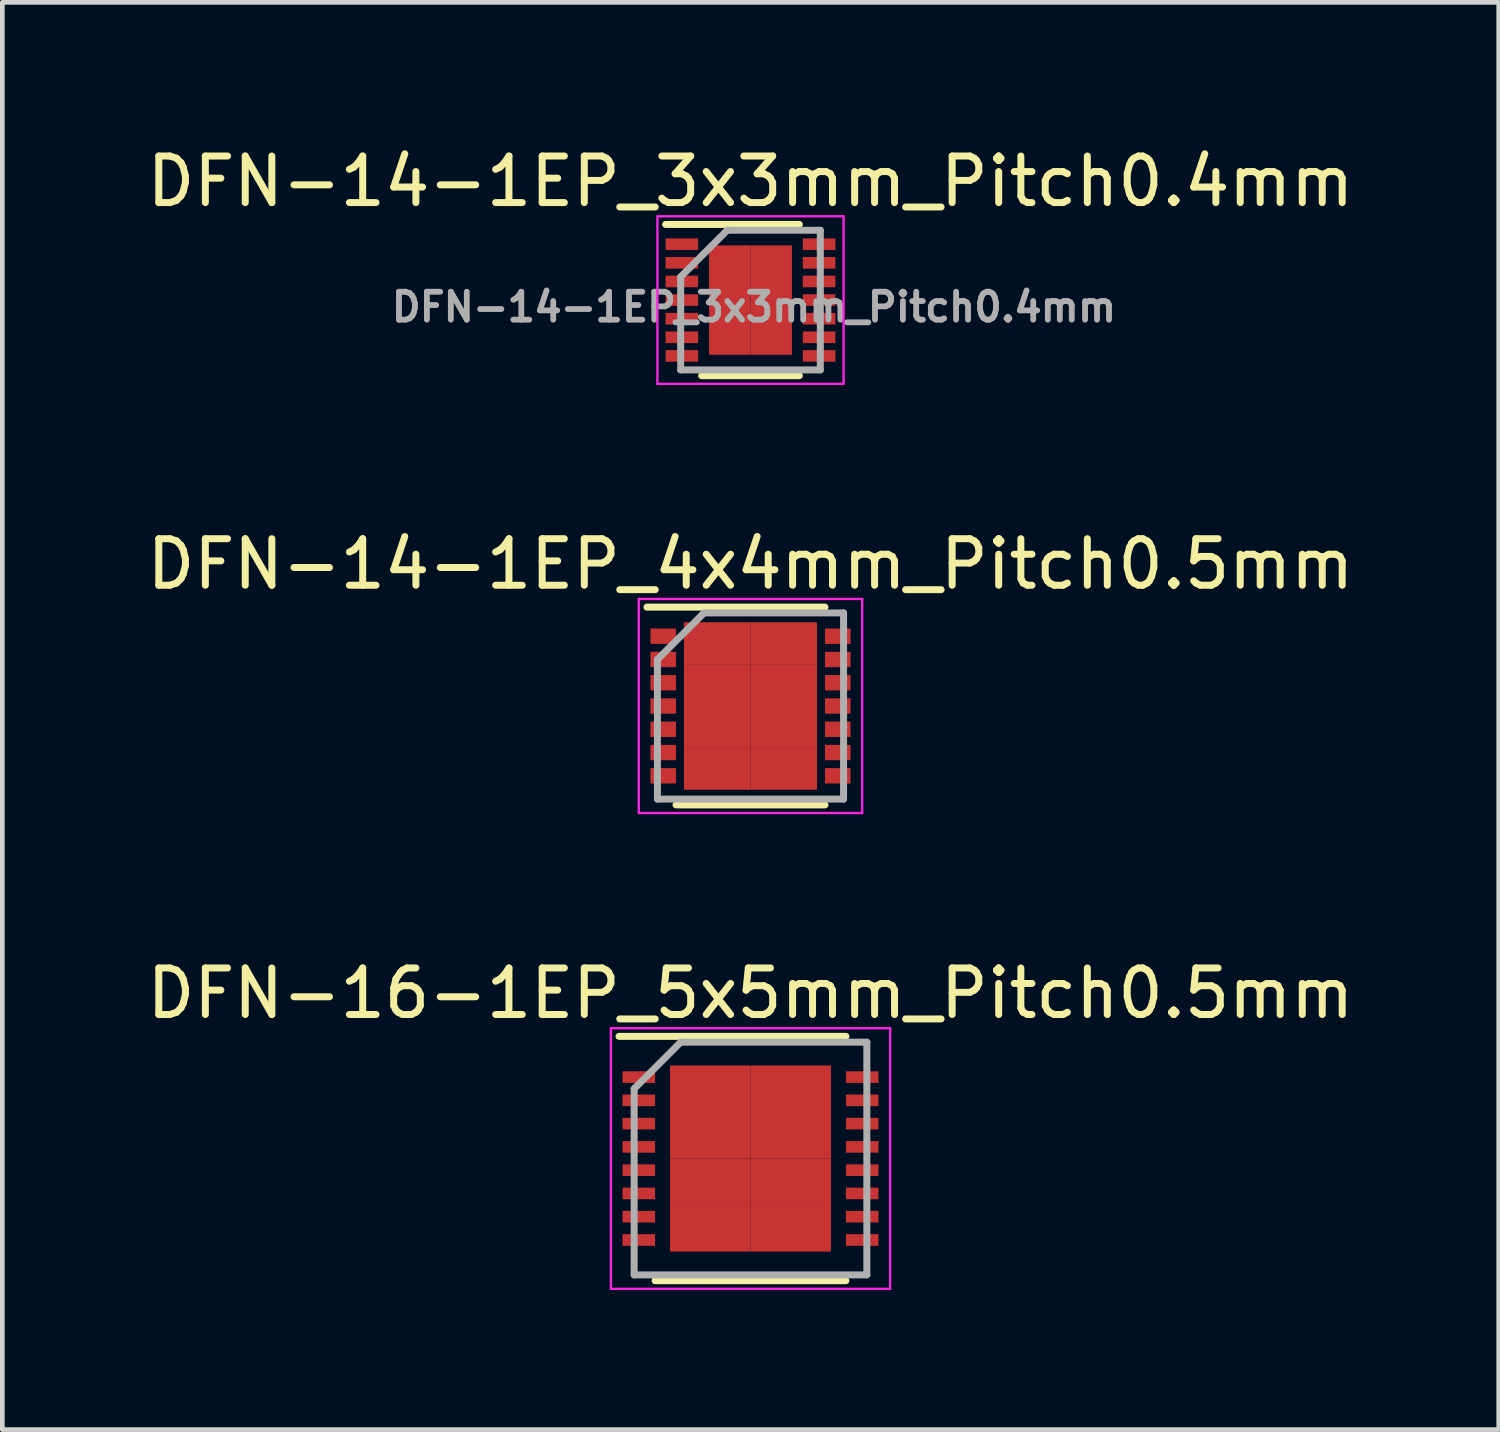
<source format=kicad_pcb>
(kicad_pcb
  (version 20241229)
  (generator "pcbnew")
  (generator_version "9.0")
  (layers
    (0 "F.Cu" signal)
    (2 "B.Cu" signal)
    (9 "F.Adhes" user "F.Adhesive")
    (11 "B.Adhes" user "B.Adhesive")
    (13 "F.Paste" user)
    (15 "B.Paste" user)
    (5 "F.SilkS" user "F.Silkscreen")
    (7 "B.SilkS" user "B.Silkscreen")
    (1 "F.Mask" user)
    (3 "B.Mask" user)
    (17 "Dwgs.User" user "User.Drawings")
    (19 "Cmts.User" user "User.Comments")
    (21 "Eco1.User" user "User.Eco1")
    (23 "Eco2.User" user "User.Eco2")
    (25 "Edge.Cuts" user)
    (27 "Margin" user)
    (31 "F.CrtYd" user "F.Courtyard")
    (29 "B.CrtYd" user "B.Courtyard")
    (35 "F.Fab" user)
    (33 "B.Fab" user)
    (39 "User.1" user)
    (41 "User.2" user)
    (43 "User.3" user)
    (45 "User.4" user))
  (footprint "DFN-14-1EP_3x3mm_Pitch0.4mm"
    (layer "F.Cu")
    (at 13.077 3.398)
    (property "Reference" "DFN-14-1EP_3x3mm_Pitch0.4mm" (at 0 -2.55 0) (layer "F.SilkS") (effects (font (size 1 1) (thickness 0.15))))
    (attr smd)
    (fp_line (start -1.825 -1.625) (end 1.05 -1.625) (stroke (width 0.15) (type solid)) (layer "F.SilkS"))
    (fp_line (start -1.05 1.625) (end 1.05 1.625) (stroke (width 0.15) (type solid)) (layer "F.SilkS"))
    (fp_line (start -2 -1.8) (end -2 1.8) (stroke (width 0.05) (type solid)) (layer "F.CrtYd"))
    (fp_line (start -2 -1.8) (end 2 -1.8) (stroke (width 0.05) (type solid)) (layer "F.CrtYd"))
    (fp_line (start -2 1.8) (end 2 1.8) (stroke (width 0.05) (type solid)) (layer "F.CrtYd"))
    (fp_line (start 2 -1.8) (end 2 1.8) (stroke (width 0.05) (type solid)) (layer "F.CrtYd"))
    (fp_line (start -1.5 -0.5) (end -0.5 -1.5) (stroke (width 0.15) (type solid)) (layer "F.Fab"))
    (fp_line (start -1.5 1.5) (end -1.5 -0.5) (stroke (width 0.15) (type solid)) (layer "F.Fab"))
    (fp_line (start -0.5 -1.5) (end 1.5 -1.5) (stroke (width 0.15) (type solid)) (layer "F.Fab"))
    (fp_line (start 1.5 -1.5) (end 1.5 1.5) (stroke (width 0.15) (type solid)) (layer "F.Fab"))
    (fp_line (start 1.5 1.5) (end -1.5 1.5) (stroke (width 0.15) (type solid)) (layer "F.Fab"))
    (fp_text user "${REFERENCE}" (at 0.075 0.15 0) (layer "F.Fab") (effects (font (size 0.6 0.6) (thickness 0.125))))
    (pad "1" smd rect (at -1.475 -1.2) (size 0.7 0.25) (layers "F.Cu" "F.Mask" "F.Paste"))
    (pad "2" smd rect (at -1.475 -0.8) (size 0.7 0.25) (layers "F.Cu" "F.Mask" "F.Paste"))
    (pad "3" smd rect (at -1.475 -0.4) (size 0.7 0.25) (layers "F.Cu" "F.Mask" "F.Paste"))
    (pad "4" smd rect (at -1.475 0) (size 0.7 0.25) (layers "F.Cu" "F.Mask" "F.Paste"))
    (pad "5" smd rect (at -1.475 0.4) (size 0.7 0.25) (layers "F.Cu" "F.Mask" "F.Paste"))
    (pad "6" smd rect (at -1.475 0.8) (size 0.7 0.25) (layers "F.Cu" "F.Mask" "F.Paste"))
    (pad "7" smd rect (at -1.475 1.2) (size 0.7 0.25) (layers "F.Cu" "F.Mask" "F.Paste"))
    (pad "8" smd rect (at 1.475 1.2) (size 0.7 0.25) (layers "F.Cu" "F.Mask" "F.Paste"))
    (pad "9" smd rect (at 1.475 0.8) (size 0.7 0.25) (layers "F.Cu" "F.Mask" "F.Paste"))
    (pad "10" smd rect (at 1.475 0.4) (size 0.7 0.25) (layers "F.Cu" "F.Mask" "F.Paste"))
    (pad "11" smd rect (at 1.475 0) (size 0.7 0.25) (layers "F.Cu" "F.Mask" "F.Paste"))
    (pad "12" smd rect (at 1.475 -0.4) (size 0.7 0.25) (layers "F.Cu" "F.Mask" "F.Paste"))
    (pad "13" smd rect (at 1.475 -0.8) (size 0.7 0.25) (layers "F.Cu" "F.Mask" "F.Paste"))
    (pad "14" smd rect (at 1.475 -1.2) (size 0.7 0.25) (layers "F.Cu" "F.Mask" "F.Paste"))
    (pad "15" smd rect (at -0.445 -0.588) (size 0.89 1.175) (layers "F.Cu" "F.Mask" "F.Paste"))
    (pad "15" smd rect (at -0.445 0.588) (size 0.89 1.175) (layers "F.Cu" "F.Mask" "F.Paste"))
    (pad "15" smd rect (at 0.445 -0.588) (size 0.89 1.175) (layers "F.Cu" "F.Mask" "F.Paste"))
    (pad "15" smd rect (at 0.445 0.588) (size 0.89 1.175) (layers "F.Cu" "F.Mask" "F.Paste")))
  (footprint "DFN-16-1EP_5x5mm_Pitch0.5mm"
    (layer "F.Cu")
    (at 13.077 21.845)
    (property "Reference" "DFN-16-1EP_5x5mm_Pitch0.5mm" (at 0 -3.55 0) (layer "F.SilkS") (effects (font (size 1 1) (thickness 0.15))))
    (attr smd)
    (fp_line (start -2.825 -2.625) (end 2.05 -2.625) (stroke (width 0.15) (type solid)) (layer "F.SilkS"))
    (fp_line (start -2.05 2.625) (end 2.05 2.625) (stroke (width 0.15) (type solid)) (layer "F.SilkS"))
    (fp_line (start -3 -2.8) (end -3 2.8) (stroke (width 0.05) (type solid)) (layer "F.CrtYd"))
    (fp_line (start -3 -2.8) (end 3 -2.8) (stroke (width 0.05) (type solid)) (layer "F.CrtYd"))
    (fp_line (start -3 2.8) (end 3 2.8) (stroke (width 0.05) (type solid)) (layer "F.CrtYd"))
    (fp_line (start 3 -2.8) (end 3 2.8) (stroke (width 0.05) (type solid)) (layer "F.CrtYd"))
    (fp_line (start -2.5 -1.5) (end -1.5 -2.5) (stroke (width 0.15) (type solid)) (layer "F.Fab"))
    (fp_line (start -2.5 2.5) (end -2.5 -1.5) (stroke (width 0.15) (type solid)) (layer "F.Fab"))
    (fp_line (start -1.5 -2.5) (end 2.5 -2.5) (stroke (width 0.15) (type solid)) (layer "F.Fab"))
    (fp_line (start 2.5 -2.5) (end 2.5 2.5) (stroke (width 0.15) (type solid)) (layer "F.Fab"))
    (fp_line (start 2.5 2.5) (end -2.5 2.5) (stroke (width 0.15) (type solid)) (layer "F.Fab"))
    (pad "1" smd rect (at -2.4 -1.75) (size 0.7 0.25) (layers "F.Cu" "F.Mask" "F.Paste"))
    (pad "2" smd rect (at -2.4 -1.25) (size 0.7 0.25) (layers "F.Cu" "F.Mask" "F.Paste"))
    (pad "3" smd rect (at -2.4 -0.75) (size 0.7 0.25) (layers "F.Cu" "F.Mask" "F.Paste"))
    (pad "4" smd rect (at -2.4 -0.25) (size 0.7 0.25) (layers "F.Cu" "F.Mask" "F.Paste"))
    (pad "5" smd rect (at -2.4 0.25) (size 0.7 0.25) (layers "F.Cu" "F.Mask" "F.Paste"))
    (pad "6" smd rect (at -2.4 0.75) (size 0.7 0.25) (layers "F.Cu" "F.Mask" "F.Paste"))
    (pad "7" smd rect (at -2.4 1.25) (size 0.7 0.25) (layers "F.Cu" "F.Mask" "F.Paste"))
    (pad "8" smd rect (at -2.4 1.75) (size 0.7 0.25) (layers "F.Cu" "F.Mask" "F.Paste"))
    (pad "9" smd rect (at 2.4 1.75) (size 0.7 0.25) (layers "F.Cu" "F.Mask" "F.Paste"))
    (pad "10" smd rect (at 2.4 1.25) (size 0.7 0.25) (layers "F.Cu" "F.Mask" "F.Paste"))
    (pad "11" smd rect (at 2.4 0.75) (size 0.7 0.25) (layers "F.Cu" "F.Mask" "F.Paste"))
    (pad "12" smd rect (at 2.4 0.25) (size 0.7 0.25) (layers "F.Cu" "F.Mask" "F.Paste"))
    (pad "13" smd rect (at 2.4 -0.25) (size 0.7 0.25) (layers "F.Cu" "F.Mask" "F.Paste"))
    (pad "14" smd rect (at 2.4 -0.75) (size 0.7 0.25) (layers "F.Cu" "F.Mask" "F.Paste"))
    (pad "15" smd rect (at 2.4 -1.25) (size 0.7 0.25) (layers "F.Cu" "F.Mask" "F.Paste"))
    (pad "16" smd rect (at 2.4 -1.75) (size 0.7 0.25) (layers "F.Cu" "F.Mask" "F.Paste"))
    (pad "17" smd rect (at -0.865 -1.5) (size 1.73 1) (layers "F.Cu" "F.Mask" "F.Paste"))
    (pad "17" smd rect (at -0.865 -0.5) (size 1.73 1) (layers "F.Cu" "F.Mask" "F.Paste"))
    (pad "17" smd rect (at -0.865 0.5) (size 1.73 1) (layers "F.Cu" "F.Mask" "F.Paste"))
    (pad "17" smd rect (at -0.865 1.5) (size 1.73 1) (layers "F.Cu" "F.Mask" "F.Paste"))
    (pad "17" smd rect (at 0.865 -1.5) (size 1.73 1) (layers "F.Cu" "F.Mask" "F.Paste"))
    (pad "17" smd rect (at 0.865 -0.5) (size 1.73 1) (layers "F.Cu" "F.Mask" "F.Paste"))
    (pad "17" smd rect (at 0.865 0.5) (size 1.73 1) (layers "F.Cu" "F.Mask" "F.Paste"))
    (pad "17" smd rect (at 0.865 1.5) (size 1.73 1) (layers "F.Cu" "F.Mask" "F.Paste")))
  (footprint "DFN-14-1EP_4x4mm_Pitch0.5mm"
    (layer "F.Cu")
    (at 13.077 12.121)
    (property "Reference" "DFN-14-1EP_4x4mm_Pitch0.5mm" (at 0 -3.05 0) (layer "F.SilkS") (effects (font (size 1 1) (thickness 0.15))))
    (attr smd)
    (fp_line (start -2.225 -2.125) (end 1.6 -2.125) (stroke (width 0.15) (type solid)) (layer "F.SilkS"))
    (fp_line (start -1.6 2.125) (end 1.6 2.125) (stroke (width 0.15) (type solid)) (layer "F.SilkS"))
    (fp_line (start -2.4 -2.3) (end -2.4 2.3) (stroke (width 0.05) (type solid)) (layer "F.CrtYd"))
    (fp_line (start -2.4 -2.3) (end 2.4 -2.3) (stroke (width 0.05) (type solid)) (layer "F.CrtYd"))
    (fp_line (start -2.4 2.3) (end 2.4 2.3) (stroke (width 0.05) (type solid)) (layer "F.CrtYd"))
    (fp_line (start 2.4 -2.3) (end 2.4 2.3) (stroke (width 0.05) (type solid)) (layer "F.CrtYd"))
    (fp_line (start -2 -1) (end -1 -2) (stroke (width 0.15) (type solid)) (layer "F.Fab"))
    (fp_line (start -2 2) (end -2 -1) (stroke (width 0.15) (type solid)) (layer "F.Fab"))
    (fp_line (start -1 -2) (end 2 -2) (stroke (width 0.15) (type solid)) (layer "F.Fab"))
    (fp_line (start 2 -2) (end 2 2) (stroke (width 0.15) (type solid)) (layer "F.Fab"))
    (fp_line (start 2 2) (end -2 2) (stroke (width 0.15) (type solid)) (layer "F.Fab"))
    (pad "1" smd rect (at -1.875 -1.5) (size 0.55 0.33) (layers "F.Cu" "F.Mask" "F.Paste"))
    (pad "2" smd rect (at -1.875 -1) (size 0.55 0.33) (layers "F.Cu" "F.Mask" "F.Paste"))
    (pad "3" smd rect (at -1.875 -0.5) (size 0.55 0.33) (layers "F.Cu" "F.Mask" "F.Paste"))
    (pad "4" smd rect (at -1.875 0) (size 0.55 0.33) (layers "F.Cu" "F.Mask" "F.Paste"))
    (pad "5" smd rect (at -1.875 0.5) (size 0.55 0.33) (layers "F.Cu" "F.Mask" "F.Paste"))
    (pad "6" smd rect (at -1.875 1) (size 0.55 0.33) (layers "F.Cu" "F.Mask" "F.Paste"))
    (pad "7" smd rect (at -1.875 1.5) (size 0.55 0.33) (layers "F.Cu" "F.Mask" "F.Paste"))
    (pad "8" smd rect (at 1.875 1.5) (size 0.55 0.33) (layers "F.Cu" "F.Mask" "F.Paste"))
    (pad "9" smd rect (at 1.875 1) (size 0.55 0.33) (layers "F.Cu" "F.Mask" "F.Paste"))
    (pad "10" smd rect (at 1.875 0.5) (size 0.55 0.33) (layers "F.Cu" "F.Mask" "F.Paste"))
    (pad "11" smd rect (at 1.875 0) (size 0.55 0.33) (layers "F.Cu" "F.Mask" "F.Paste"))
    (pad "12" smd rect (at 1.875 -0.5) (size 0.55 0.33) (layers "F.Cu" "F.Mask" "F.Paste"))
    (pad "13" smd rect (at 1.875 -1) (size 0.55 0.33) (layers "F.Cu" "F.Mask" "F.Paste"))
    (pad "14" smd rect (at 1.875 -1.5) (size 0.55 0.33) (layers "F.Cu" "F.Mask" "F.Paste"))
    (pad "15" smd rect (at -0.715 -1.35) (size 1.43 0.9) (layers "F.Cu" "F.Mask" "F.Paste"))
    (pad "15" smd rect (at -0.715 -0.45) (size 1.43 0.9) (layers "F.Cu" "F.Mask" "F.Paste"))
    (pad "15" smd rect (at -0.715 0.45) (size 1.43 0.9) (layers "F.Cu" "F.Mask" "F.Paste"))
    (pad "15" smd rect (at -0.715 1.35) (size 1.43 0.9) (layers "F.Cu" "F.Mask" "F.Paste"))
    (pad "15" smd rect (at 0.715 -1.35) (size 1.43 0.9) (layers "F.Cu" "F.Mask" "F.Paste"))
    (pad "15" smd rect (at 0.715 -0.45) (size 1.43 0.9) (layers "F.Cu" "F.Mask" "F.Paste"))
    (pad "15" smd rect (at 0.715 0.45) (size 1.43 0.9) (layers "F.Cu" "F.Mask" "F.Paste"))
    (pad "15" smd rect (at 0.715 1.35) (size 1.43 0.9) (layers "F.Cu" "F.Mask" "F.Paste")))
  (gr_rect
    (start -3 -3)
    (end 29.155 27.67)
    (stroke (width 0.1) (type default))
    (fill no)
    (layer "Edge.Cuts")))
</source>
